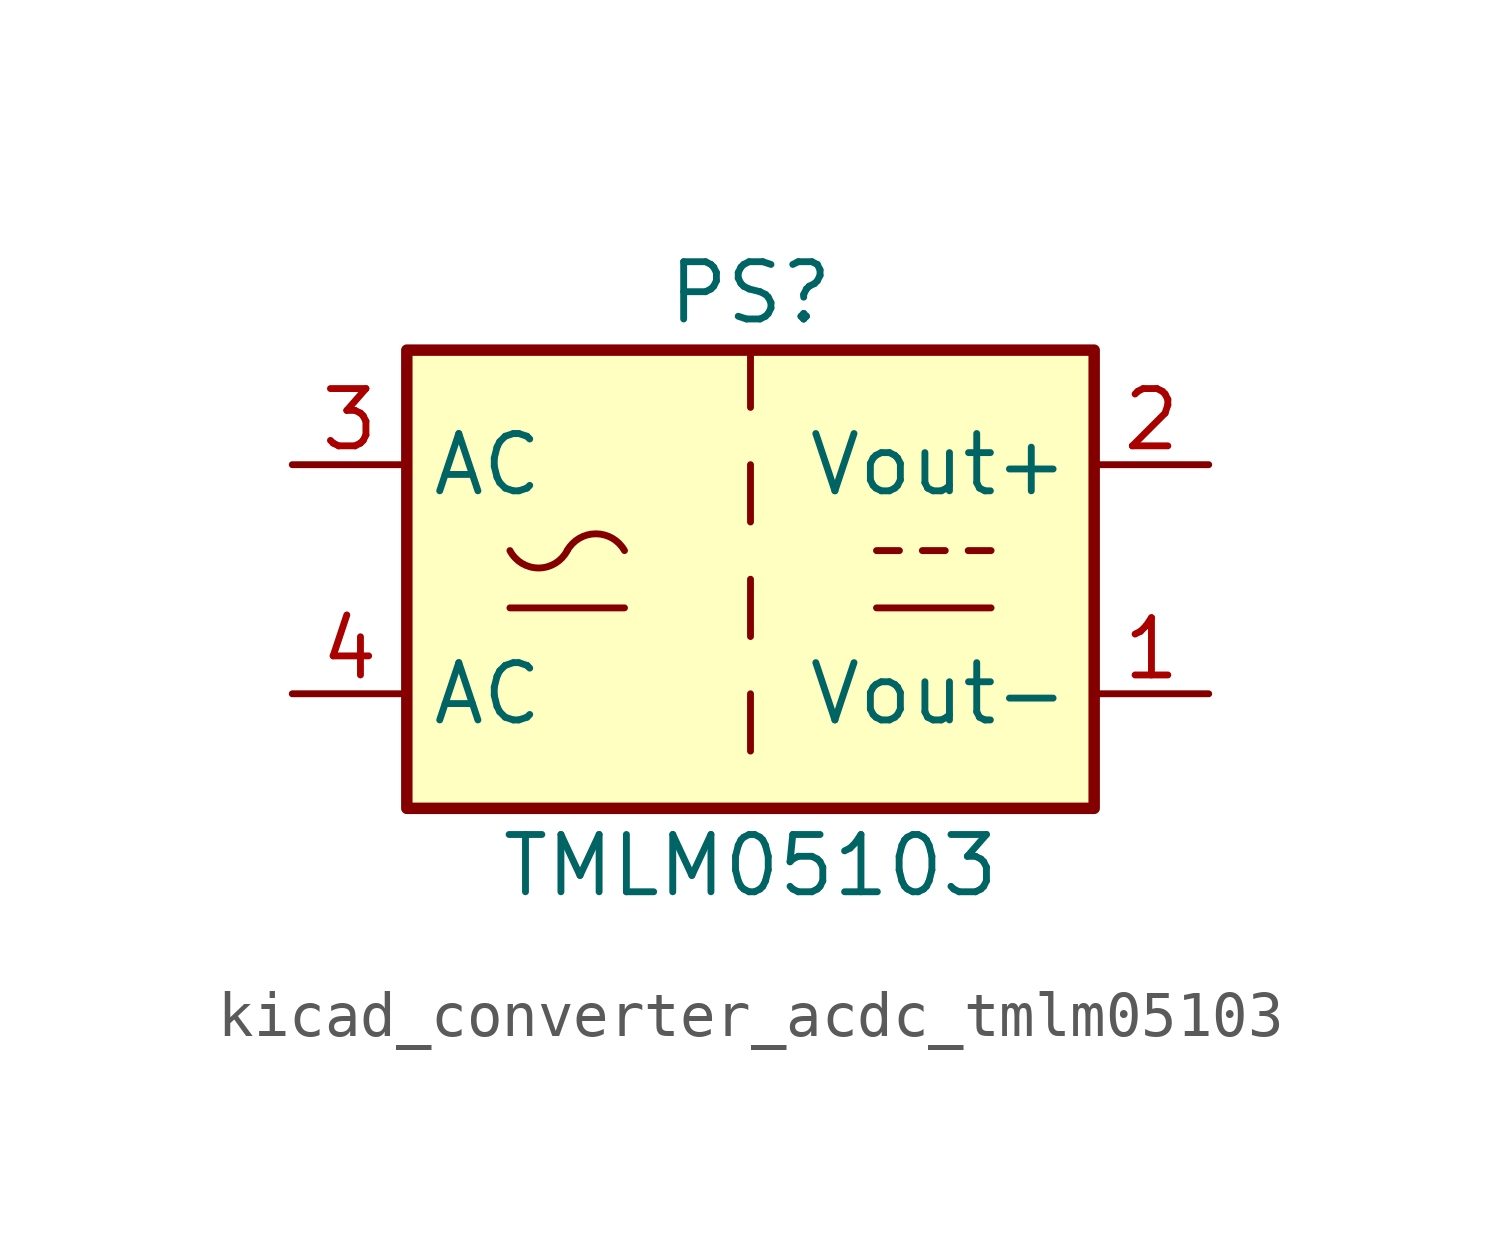
<source format=kicad_sym>
(kicad_symbol_lib
  (version 20220914)
  (generator kicad_symbol_editor)
  (symbol "kicad_converter_acdc_tmlm05103"
    (property "Reference" "PS"
      (at 0 6.35 0)
      (effects (font (size 1.27 1.27))))
    (property "Value" "TMLM05103"
      (at 0 -6.35 0)
      (effects (font (size 1.27 1.27))))
    (symbol "kicad_converter_acdc_tmlm05103_0_1"
      (rectangle (start -7.62 5.08) (end 7.62 -5.08) (stroke (width 0.254) (type default)) (fill (type background)))
      (arc (start -5.334 0.635) (mid -4.699 0.2495) (end -4.064 0.635) (stroke (width 0) (type default)) (fill (type none)))
      (arc (start -2.794 0.635) (mid -3.429 1.0072) (end -4.064 0.635) (stroke (width 0) (type default)) (fill (type none)))
      (polyline (pts (xy -5.334 -0.635) (xy -2.794 -0.635)) (stroke (width 0) (type default)) (fill (type none)))
      (polyline (pts (xy 0 -2.54) (xy 0 -3.81)) (stroke (width 0) (type default)) (fill (type none)))
      (polyline (pts (xy 0 0) (xy 0 -1.27)) (stroke (width 0) (type default)) (fill (type none)))
      (polyline (pts (xy 0 2.54) (xy 0 1.27)) (stroke (width 0) (type default)) (fill (type none)))
      (polyline (pts (xy 0 5.08) (xy 0 3.81)) (stroke (width 0) (type default)) (fill (type none)))
      (polyline (pts (xy 2.794 -0.635) (xy 5.334 -0.635)) (stroke (width 0) (type default)) (fill (type none)))
      (polyline (pts (xy 2.794 0.635) (xy 3.302 0.635)) (stroke (width 0) (type default)) (fill (type none)))
      (polyline (pts (xy 3.81 0.635) (xy 4.318 0.635)) (stroke (width 0) (type default)) (fill (type none)))
      (polyline (pts (xy 4.826 0.635) (xy 5.334 0.635)) (stroke (width 0) (type default)) (fill (type none))))
    (symbol "kicad_converter_acdc_tmlm05103_1_1"
      (pin power_out line (at 10.16 -2.54 180) (length 2.54) (name "Vout-" (effects (font (size 1.27 1.27)))) (number "1" (effects (font (size 1.27 1.27)))))
      (pin power_out line (at 10.16 2.54 180) (length 2.54) (name "Vout+" (effects (font (size 1.27 1.27)))) (number "2" (effects (font (size 1.27 1.27)))))
      (pin power_in line (at -10.16 2.54 0) (length 2.54) (name "AC" (effects (font (size 1.27 1.27)))) (number "3" (effects (font (size 1.27 1.27)))))
      (pin power_in line (at -10.16 -2.54 0) (length 2.54) (name "AC" (effects (font (size 1.27 1.27)))) (number "4" (effects (font (size 1.27 1.27))))))))
</source>
